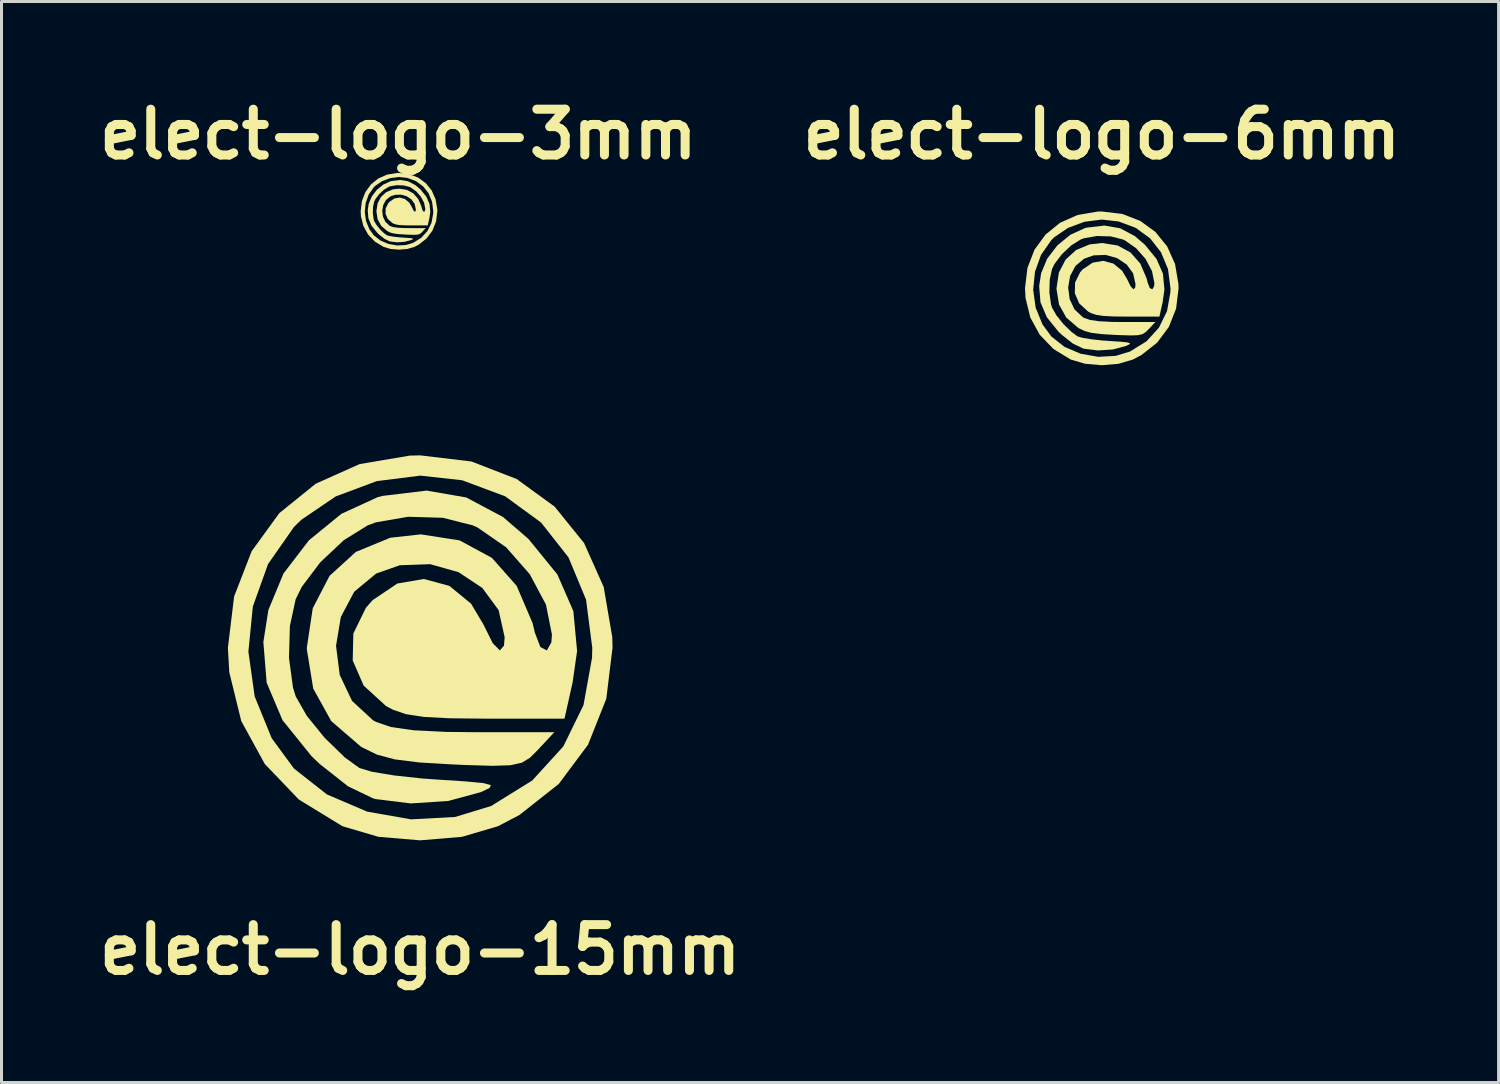
<source format=kicad_pcb>
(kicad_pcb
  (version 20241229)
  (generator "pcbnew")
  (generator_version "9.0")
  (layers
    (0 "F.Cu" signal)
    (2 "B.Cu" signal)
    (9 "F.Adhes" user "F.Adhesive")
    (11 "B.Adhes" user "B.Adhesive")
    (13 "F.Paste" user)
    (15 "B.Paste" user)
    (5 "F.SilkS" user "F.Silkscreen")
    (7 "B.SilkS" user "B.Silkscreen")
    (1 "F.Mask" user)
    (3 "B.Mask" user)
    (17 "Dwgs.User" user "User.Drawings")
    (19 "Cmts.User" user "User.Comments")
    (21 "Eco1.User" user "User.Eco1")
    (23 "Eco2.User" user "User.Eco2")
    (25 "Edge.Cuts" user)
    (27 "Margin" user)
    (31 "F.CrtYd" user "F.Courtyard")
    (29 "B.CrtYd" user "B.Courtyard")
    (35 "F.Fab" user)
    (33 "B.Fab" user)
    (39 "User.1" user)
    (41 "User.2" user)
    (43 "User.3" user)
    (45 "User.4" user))
  (footprint "elect-logo-6mm"
    (layer "F.Cu")
    (at 33.566 6.498)
    (property "Reference" "elect-logo-6mm" (at 0.045 -5.08 0) (layer "F.SilkS") (effects (font (size 1.524 1.524) (thickness 0.3))))
    (attr board_only exclude_from_pos_files exclude_from_bom)
    (fp_poly (pts (xy 0.725 -2.43) (xy 1.326 -2.197) (xy 1.83 -1.83) (xy 2.222 -1.346) (xy 2.483 -0.762) (xy 2.596 -0.095) (xy 2.6 0.045) (xy 2.517 0.723) (xy 2.275 1.332) (xy 1.886 1.854) (xy 1.364 2.266) (xy 1.077 2.416) (xy 0.599 2.557) (xy 0.044 2.604) (xy -0.511 2.556) (xy -0.987 2.416) (xy -1.567 2.062) (xy -2.02 1.589) (xy -2.333 1.018) (xy -2.492 0.37) (xy -2.507 0.096) (xy -2.238 0.096) (xy -2.155 0.691) (xy -1.929 1.246) (xy -1.633 1.649) (xy -1.195 1.994) (xy -0.66 2.222) (xy -0.077 2.325) (xy 0.508 2.293) (xy 0.987 2.147) (xy 1.533 1.808) (xy 1.946 1.356) (xy 2.215 0.806) (xy 2.328 0.177) (xy 2.331 0.045) (xy 2.248 -0.594) (xy 2.015 -1.155) (xy 1.651 -1.619) (xy 1.173 -1.967) (xy 0.602 -2.18) (xy 0.045 -2.242) (xy -0.533 -2.169) (xy -1.079 -1.965) (xy -1.536 -1.655) (xy -1.633 -1.56) (xy -1.977 -1.067) (xy -2.179 -0.503) (xy -2.238 0.096) (xy -2.507 0.096) (xy -2.51 0.045) (xy -2.428 -0.636) (xy -2.195 -1.238) (xy -1.827 -1.743) (xy -1.344 -2.135) (xy -0.76 -2.395) (xy -0.095 -2.508) (xy 0.045 -2.511)) (stroke (width 0) (type solid)) (fill yes) (layer "F.SilkS"))
    (fp_poly (pts (xy 0.656 -1.952) (xy 1.145 -1.692) (xy 1.483 -1.401) (xy 1.867 -0.929) (xy 2.08 -0.442) (xy 2.129 0.088) (xy 2.07 0.505) (xy 1.962 0.987) (xy 0.914 0.987) (xy 0.434 0.982) (xy 0.095 0.964) (xy -0.143 0.928) (xy -0.317 0.869) (xy -0.411 0.818) (xy -0.706 0.548) (xy -0.852 0.214) (xy -0.844 -0.145) (xy -0.676 -0.488) (xy -0.587 -0.587) (xy -0.259 -0.808) (xy 0.093 -0.869) (xy 0.432 -0.777) (xy 0.72 -0.541) (xy 0.883 -0.268) (xy 1.008 -0.017) (xy 1.103 0.08) (xy 1.158 0.017) (xy 1.167 -0.094) (xy 1.086 -0.455) (xy 0.87 -0.749) (xy 0.555 -0.959) (xy 0.177 -1.066) (xy -0.227 -1.051) (xy -0.541 -0.941) (xy -0.832 -0.699) (xy -1.01 -0.364) (xy -1.074 0.02) (xy -1.024 0.407) (xy -0.861 0.751) (xy -0.585 1.007) (xy -0.541 1.031) (xy -0.344 1.098) (xy -0.045 1.141) (xy 0.386 1.163) (xy 0.774 1.167) (xy 1.826 1.167) (xy 1.609 1.401) (xy 1.502 1.506) (xy 1.394 1.572) (xy 1.243 1.606) (xy 1.009 1.613) (xy 0.65 1.603) (xy 0.484 1.596) (xy 0.028 1.568) (xy -0.295 1.528) (xy -0.531 1.464) (xy -0.726 1.369) (xy -0.745 1.357) (xy -1.137 1.019) (xy -1.377 0.587) (xy -1.462 0.066) (xy -1.462 0.045) (xy -1.383 -0.479) (xy -1.16 -0.909) (xy -0.811 -1.228) (xy -0.354 -1.417) (xy 0.052 -1.462) (xy 0.568 -1.381) (xy 0.998 -1.149) (xy 1.326 -0.778) (xy 1.538 -0.281) (xy 1.568 -0.157) (xy 1.642 0.036) (xy 1.727 0.08) (xy 1.787 -0.027) (xy 1.795 -0.129) (xy 1.715 -0.529) (xy 1.501 -0.932) (xy 1.187 -1.289) (xy 0.81 -1.551) (xy 0.743 -1.581) (xy 0.345 -1.682) (xy -0.115 -1.695) (xy -0.542 -1.622) (xy -0.654 -1.581) (xy -0.971 -1.384) (xy -1.283 -1.09) (xy -1.528 -0.766) (xy -1.61 -0.6) (xy -1.687 -0.244) (xy -1.699 0.18) (xy -1.646 0.572) (xy -1.61 0.69) (xy -1.463 0.948) (xy -1.226 1.241) (xy -0.957 1.502) (xy -0.763 1.643) (xy -0.597 1.693) (xy -0.302 1.741) (xy 0.07 1.782) (xy 0.269 1.796) (xy 0.658 1.821) (xy 0.889 1.844) (xy 0.984 1.871) (xy 0.966 1.907) (xy 0.857 1.961) (xy 0.853 1.962) (xy 0.417 2.08) (xy -0.082 2.113) (xy -0.548 2.055) (xy -0.58 2.046) (xy -0.914 1.886) (xy -1.292 1.588) (xy -1.401 1.483) (xy -1.784 1.007) (xy -1.995 0.51) (xy -2.039 -0.032) (xy -1.973 -0.457) (xy -1.772 -0.942) (xy -1.434 -1.382) (xy -1.003 -1.735) (xy -0.521 -1.956) (xy -0.457 -1.973) (xy 0.129 -2.043)) (stroke (width 0) (type solid)) (fill yes) (layer "F.SilkS")))
  (footprint "elect-logo-15mm"
    (layer "F.Cu")
    (at 10.82 18.391)
    (property "Reference" "elect-logo-15mm" (at 0.109 10.16 0) (layer "F.SilkS") (effects (font (size 1.524 1.524) (thickness 0.3))))
    (attr board_only exclude_from_pos_files exclude_from_bom)
    (fp_poly (pts (xy 1.815 -6.086) (xy 3.32 -5.503) (xy 4.584 -4.584) (xy 5.565 -3.371) (xy 6.218 -1.908) (xy 6.503 -0.238) (xy 6.511 0.112) (xy 6.304 1.81) (xy 5.697 3.337) (xy 4.724 4.642) (xy 3.416 5.675) (xy 2.697 6.052) (xy 1.499 6.404) (xy 0.109 6.52) (xy -1.28 6.403) (xy -2.473 6.052) (xy -3.926 5.163) (xy -5.06 3.979) (xy -5.843 2.55) (xy -6.241 0.926) (xy -6.28 0.24) (xy -5.605 0.24) (xy -5.396 1.731) (xy -4.831 3.12) (xy -4.089 4.131) (xy -2.992 4.993) (xy -1.654 5.565) (xy -0.193 5.822) (xy 1.273 5.743) (xy 2.473 5.377) (xy 3.84 4.529) (xy 4.874 3.395) (xy 5.546 2.019) (xy 5.83 0.443) (xy 5.837 0.112) (xy 5.63 -1.488) (xy 5.047 -2.893) (xy 4.134 -4.054) (xy 2.939 -4.926) (xy 1.508 -5.461) (xy 0.112 -5.615) (xy -1.334 -5.432) (xy -2.702 -4.922) (xy -3.846 -4.144) (xy -4.089 -3.906) (xy -4.951 -2.672) (xy -5.457 -1.259) (xy -5.605 0.24) (xy -6.28 0.24) (xy -6.287 0.112) (xy -6.08 -1.594) (xy -5.496 -3.101) (xy -4.577 -4.366) (xy -3.365 -5.346) (xy -1.905 -5.999) (xy -0.237 -6.281) (xy 0.112 -6.289)) (stroke (width 0) (type solid)) (fill yes) (layer "F.SilkS"))
    (fp_poly (pts (xy 1.643 -4.889) (xy 2.868 -4.238) (xy 3.714 -3.508) (xy 4.676 -2.327) (xy 5.208 -1.106) (xy 5.332 0.221) (xy 5.183 1.265) (xy 4.913 2.473) (xy 2.288 2.472) (xy 1.087 2.459) (xy 0.237 2.414) (xy -0.358 2.323) (xy -0.795 2.175) (xy -1.029 2.049) (xy -1.769 1.373) (xy -2.134 0.535) (xy -2.113 -0.362) (xy -1.692 -1.222) (xy -1.471 -1.471) (xy -0.649 -2.025) (xy 0.234 -2.176) (xy 1.083 -1.946) (xy 1.804 -1.355) (xy 2.211 -0.671) (xy 2.524 -0.042) (xy 2.763 0.201) (xy 2.899 0.043) (xy 2.922 -0.236) (xy 2.721 -1.14) (xy 2.179 -1.877) (xy 1.389 -2.402) (xy 0.442 -2.669) (xy -0.568 -2.633) (xy -1.356 -2.356) (xy -2.085 -1.751) (xy -2.529 -0.911) (xy -2.689 0.05) (xy -2.565 1.018) (xy -2.157 1.88) (xy -1.464 2.521) (xy -1.356 2.581) (xy -0.862 2.75) (xy -0.112 2.858) (xy 0.965 2.912) (xy 1.939 2.922) (xy 4.574 2.922) (xy 4.029 3.508) (xy 3.763 3.773) (xy 3.491 3.938) (xy 3.113 4.021) (xy 2.526 4.041) (xy 1.629 4.014) (xy 1.212 3.996) (xy 0.07 3.928) (xy -0.738 3.826) (xy -1.329 3.667) (xy -1.818 3.428) (xy -1.867 3.399) (xy -2.848 2.553) (xy -3.448 1.47) (xy -3.66 0.166) (xy -3.661 0.112) (xy -3.464 -1.2) (xy -2.906 -2.278) (xy -2.031 -3.076) (xy -0.886 -3.548) (xy 0.131 -3.661) (xy 1.423 -3.46) (xy 2.498 -2.878) (xy 3.321 -1.949) (xy 3.853 -0.703) (xy 3.926 -0.393) (xy 4.111 0.089) (xy 4.326 0.201) (xy 4.476 -0.068) (xy 4.496 -0.323) (xy 4.296 -1.324) (xy 3.758 -2.334) (xy 2.972 -3.229) (xy 2.027 -3.884) (xy 1.862 -3.96) (xy 0.865 -4.212) (xy -0.288 -4.246) (xy -1.359 -4.062) (xy -1.637 -3.96) (xy -2.431 -3.466) (xy -3.214 -2.73) (xy -3.827 -1.917) (xy -4.032 -1.503) (xy -4.224 -0.612) (xy -4.254 0.45) (xy -4.122 1.433) (xy -4.032 1.727) (xy -3.664 2.374) (xy -3.07 3.107) (xy -2.396 3.762) (xy -1.911 4.114) (xy -1.495 4.239) (xy -0.757 4.361) (xy 0.176 4.462) (xy 0.674 4.498) (xy 1.647 4.561) (xy 2.225 4.618) (xy 2.465 4.685) (xy 2.42 4.777) (xy 2.146 4.91) (xy 2.135 4.915) (xy 1.045 5.21) (xy -0.205 5.292) (xy -1.373 5.147) (xy -1.453 5.125) (xy -2.288 4.724) (xy -3.235 3.977) (xy -3.508 3.715) (xy -4.469 2.523) (xy -4.997 1.276) (xy -5.107 -0.079) (xy -4.94 -1.144) (xy -4.437 -2.359) (xy -3.591 -3.462) (xy -2.511 -4.344) (xy -1.304 -4.898) (xy -1.144 -4.94) (xy 0.324 -5.117)) (stroke (width 0) (type solid)) (fill yes) (layer "F.SilkS")))
  (footprint "elect-logo-3mm"
    (layer "F.Cu")
    (at 10.204 3.958)
    (property "Reference" "elect-logo-3mm" (at 0 -2.54 0) (layer "F.SilkS") (effects (font (size 1.524 1.524) (thickness 0.3))))
    (attr board_only exclude_from_pos_files exclude_from_bom)
    (fp_poly (pts (xy 0.362 -1.213) (xy 0.662 -1.097) (xy 0.914 -0.913) (xy 1.109 -0.672) (xy 1.239 -0.38) (xy 1.296 -0.047) (xy 1.298 0.022) (xy 1.256 0.361) (xy 1.135 0.665) (xy 0.941 0.925) (xy 0.681 1.131) (xy 0.538 1.206) (xy 0.299 1.276) (xy 0.022 1.299) (xy -0.255 1.276) (xy -0.493 1.206) (xy -0.782 1.029) (xy -1.008 0.793) (xy -1.164 0.508) (xy -1.244 0.185) (xy -1.251 0.048) (xy -1.117 0.048) (xy -1.075 0.345) (xy -0.963 0.622) (xy -0.815 0.823) (xy -0.596 0.995) (xy -0.33 1.109) (xy -0.038 1.16) (xy 0.254 1.145) (xy 0.493 1.072) (xy 0.765 0.903) (xy 0.971 0.677) (xy 1.105 0.402) (xy 1.162 0.088) (xy 1.163 0.022) (xy 1.122 -0.297) (xy 1.006 -0.577) (xy 0.824 -0.808) (xy 0.586 -0.982) (xy 0.3 -1.088) (xy 0.022 -1.119) (xy -0.266 -1.083) (xy -0.539 -0.981) (xy -0.767 -0.826) (xy -0.815 -0.778) (xy -0.987 -0.533) (xy -1.087 -0.251) (xy -1.117 0.048) (xy -1.251 0.048) (xy -1.253 0.022) (xy -1.212 -0.318) (xy -1.095 -0.618) (xy -0.912 -0.87) (xy -0.671 -1.066) (xy -0.38 -1.196) (xy -0.047 -1.252) (xy 0.022 -1.253)) (stroke (width 0) (type solid)) (fill yes) (layer "F.SilkS"))
    (fp_poly (pts (xy 0.327 -0.974) (xy 0.572 -0.845) (xy 0.74 -0.699) (xy 0.932 -0.464) (xy 1.038 -0.22) (xy 1.063 0.044) (xy 1.033 0.252) (xy 0.979 0.493) (xy 0.456 0.493) (xy 0.217 0.49) (xy 0.047 0.481) (xy -0.071 0.463) (xy -0.158 0.433) (xy -0.205 0.408) (xy -0.353 0.274) (xy -0.425 0.107) (xy -0.421 -0.072) (xy -0.337 -0.243) (xy -0.293 -0.293) (xy -0.129 -0.404) (xy 0.047 -0.434) (xy 0.216 -0.388) (xy 0.359 -0.27) (xy 0.441 -0.134) (xy 0.503 -0.008) (xy 0.551 0.04) (xy 0.578 0.009) (xy 0.582 -0.047) (xy 0.542 -0.227) (xy 0.434 -0.374) (xy 0.277 -0.479) (xy 0.088 -0.532) (xy -0.113 -0.525) (xy -0.27 -0.47) (xy -0.415 -0.349) (xy -0.504 -0.182) (xy -0.536 0.01) (xy -0.511 0.203) (xy -0.43 0.375) (xy -0.292 0.503) (xy -0.27 0.514) (xy -0.172 0.548) (xy -0.022 0.569) (xy 0.192 0.58) (xy 0.386 0.582) (xy 0.912 0.582) (xy 0.803 0.699) (xy 0.75 0.752) (xy 0.696 0.785) (xy 0.62 0.801) (xy 0.503 0.805) (xy 0.325 0.8) (xy 0.242 0.796) (xy 0.014 0.783) (xy -0.147 0.762) (xy -0.265 0.731) (xy -0.362 0.683) (xy -0.372 0.677) (xy -0.568 0.509) (xy -0.687 0.293) (xy -0.729 0.033) (xy -0.73 0.022) (xy -0.69 -0.239) (xy -0.579 -0.454) (xy -0.405 -0.613) (xy -0.177 -0.707) (xy 0.026 -0.73) (xy 0.284 -0.69) (xy 0.498 -0.574) (xy 0.662 -0.388) (xy 0.768 -0.14) (xy 0.782 -0.078) (xy 0.819 0.018) (xy 0.862 0.04) (xy 0.892 -0.014) (xy 0.896 -0.064) (xy 0.856 -0.264) (xy 0.749 -0.465) (xy 0.592 -0.644) (xy 0.404 -0.774) (xy 0.371 -0.789) (xy 0.172 -0.839) (xy -0.057 -0.846) (xy -0.271 -0.809) (xy -0.326 -0.789) (xy -0.484 -0.691) (xy -0.641 -0.544) (xy -0.763 -0.382) (xy -0.804 -0.299) (xy -0.842 -0.122) (xy -0.848 0.09) (xy -0.822 0.286) (xy -0.804 0.344) (xy -0.73 0.473) (xy -0.612 0.619) (xy -0.478 0.75) (xy -0.381 0.82) (xy -0.298 0.845) (xy -0.151 0.869) (xy 0.035 0.889) (xy 0.134 0.896) (xy 0.328 0.909) (xy 0.444 0.92) (xy 0.491 0.934) (xy 0.482 0.952) (xy 0.428 0.979) (xy 0.426 0.979) (xy 0.208 1.038) (xy -0.041 1.055) (xy -0.274 1.026) (xy -0.29 1.021) (xy -0.456 0.942) (xy -0.645 0.793) (xy -0.699 0.74) (xy -0.891 0.503) (xy -0.996 0.254) (xy -1.018 -0.016) (xy -0.985 -0.228) (xy -0.884 -0.47) (xy -0.716 -0.69) (xy -0.501 -0.866) (xy -0.26 -0.976) (xy -0.228 -0.985) (xy 0.064 -1.02)) (stroke (width 0) (type solid)) (fill yes) (layer "F.SilkS")))
  (gr_rect
    (start -3 -3)
    (end 46.814 32.969)
    (stroke (width 0.1) (type default))
    (fill no)
    (layer "Edge.Cuts")))
</source>
